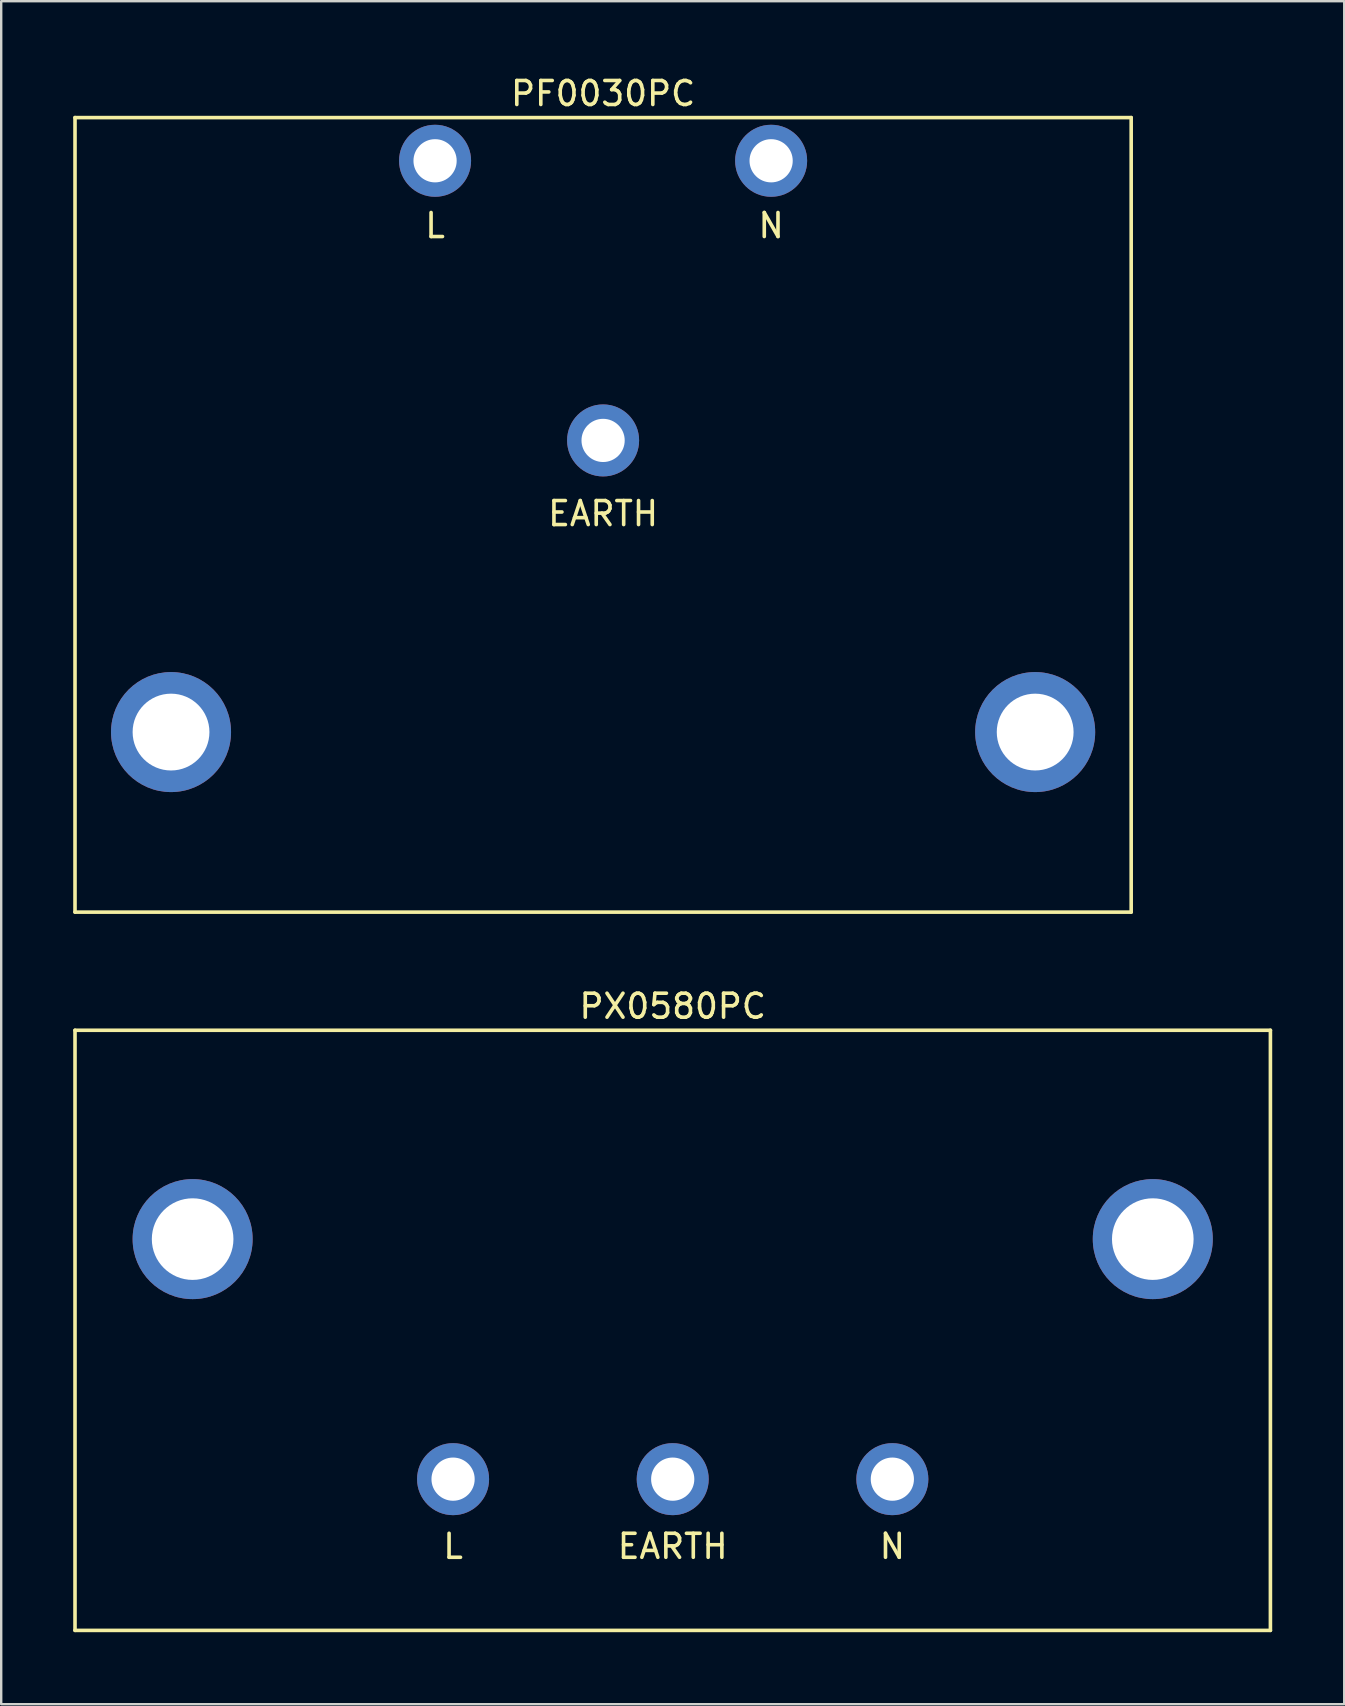
<source format=kicad_pcb>
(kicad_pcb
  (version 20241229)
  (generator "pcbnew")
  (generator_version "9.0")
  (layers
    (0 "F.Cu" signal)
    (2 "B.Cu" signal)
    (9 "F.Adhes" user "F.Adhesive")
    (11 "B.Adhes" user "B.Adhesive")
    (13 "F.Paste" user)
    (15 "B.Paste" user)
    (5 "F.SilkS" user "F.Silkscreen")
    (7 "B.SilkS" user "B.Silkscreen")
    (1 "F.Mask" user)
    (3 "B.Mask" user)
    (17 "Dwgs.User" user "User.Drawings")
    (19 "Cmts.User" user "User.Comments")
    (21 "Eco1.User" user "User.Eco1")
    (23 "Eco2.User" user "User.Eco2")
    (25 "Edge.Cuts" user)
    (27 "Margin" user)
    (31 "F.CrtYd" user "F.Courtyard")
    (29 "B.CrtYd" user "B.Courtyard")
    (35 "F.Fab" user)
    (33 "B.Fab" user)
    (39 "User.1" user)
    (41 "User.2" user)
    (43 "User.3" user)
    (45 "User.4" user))
  (footprint "PX0580PC"
    (layer "F.Cu")
    (at 24.975 39.871)
    (property "Reference" "PX0580PC" (at 0 -1 0) (layer "F.SilkS") (effects (font (size 1 1) (thickness 0.15))))
    (attr through_hole)
    (fp_line (start -24.9 0) (end -24.9 25) (stroke (width 0.15) (type solid)) (layer "F.SilkS"))
    (fp_line (start -24.9 0) (end 24.9 0) (stroke (width 0.15) (type solid)) (layer "F.SilkS"))
    (fp_line (start -24.9 25) (end 24.9 25) (stroke (width 0.15) (type solid)) (layer "F.SilkS"))
    (fp_line (start 24.9 0) (end 24.9 25) (stroke (width 0.15) (type solid)) (layer "F.SilkS"))
    (fp_text user "EARTH" (at 0 21.5 0) (layer "F.SilkS") (effects (font (size 1 1) (thickness 0.15))))
    (fp_text user "N" (at 9.15 21.5 0) (layer "F.SilkS") (effects (font (size 1 1) (thickness 0.15))))
    (fp_text user "L" (at -9.15 21.5 0) (layer "F.SilkS") (effects (font (size 1 1) (thickness 0.15))))
    (pad "" np_thru_hole circle (at -20 8.7) (size 5 5) (drill 3.4) (layers "*.Cu" "*.Mask"))
    (pad "" np_thru_hole circle (at 20 8.7) (size 5 5) (drill 3.4) (layers "*.Cu" "*.Mask"))
    (pad "1" thru_hole circle (at -9.15 18.7) (size 3 3) (drill 1.8) (layers "*.Cu" "*.Mask"))
    (pad "2" thru_hole circle (at 9.15 18.7) (size 3 3) (drill 1.8) (layers "*.Cu" "*.Mask"))
    (pad "3" thru_hole circle (at 0 18.7) (size 3 3) (drill 1.8) (layers "*.Cu" "*.Mask")))
  (footprint "PF0030PC"
    (layer "F.Cu")
    (at 22.075 19.348)
    (property "Reference" "PF0030PC" (at 0 -18.5 0) (layer "F.SilkS") (effects (font (size 1 1) (thickness 0.15))))
    (attr through_hole)
    (fp_line (start -22 -17.5) (end -22 15.6) (stroke (width 0.15) (type solid)) (layer "F.SilkS"))
    (fp_line (start -22 -17.5) (end 22 -17.5) (stroke (width 0.15) (type solid)) (layer "F.SilkS"))
    (fp_line (start -22 15.6) (end 22 15.6) (stroke (width 0.15) (type solid)) (layer "F.SilkS"))
    (fp_line (start 22 15.6) (end 22 -17.5) (stroke (width 0.15) (type solid)) (layer "F.SilkS"))
    (fp_text user "L" (at -7 -13 0) (layer "F.SilkS") (effects (font (size 1 1) (thickness 0.15))))
    (fp_text user "EARTH" (at 0 -1 0) (layer "F.SilkS") (effects (font (size 1 1) (thickness 0.15))))
    (fp_text user "N" (at 7 -13 0) (layer "F.SilkS") (effects (font (size 1 1) (thickness 0.15))))
    (pad "" np_thru_hole circle (at -18 8.1) (size 5 5) (drill 3.2) (layers "*.Cu" "*.Mask"))
    (pad "" np_thru_hole circle (at 18 8.1) (size 5 5) (drill 3.2) (layers "*.Cu" "*.Mask"))
    (pad "1" thru_hole circle (at -7 -15.7) (size 3 3) (drill 1.8) (layers "*.Cu" "*.Mask"))
    (pad "2" thru_hole circle (at 7 -15.7) (size 3 3) (drill 1.8) (layers "*.Cu" "*.Mask"))
    (pad "3" thru_hole circle (at 0 -4.05) (size 3 3) (drill 1.8) (layers "*.Cu" "*.Mask")))
  (gr_rect
    (start -3 -3)
    (end 52.95 67.947)
    (stroke (width 0.1) (type default))
    (fill no)
    (layer "Edge.Cuts")))
</source>
